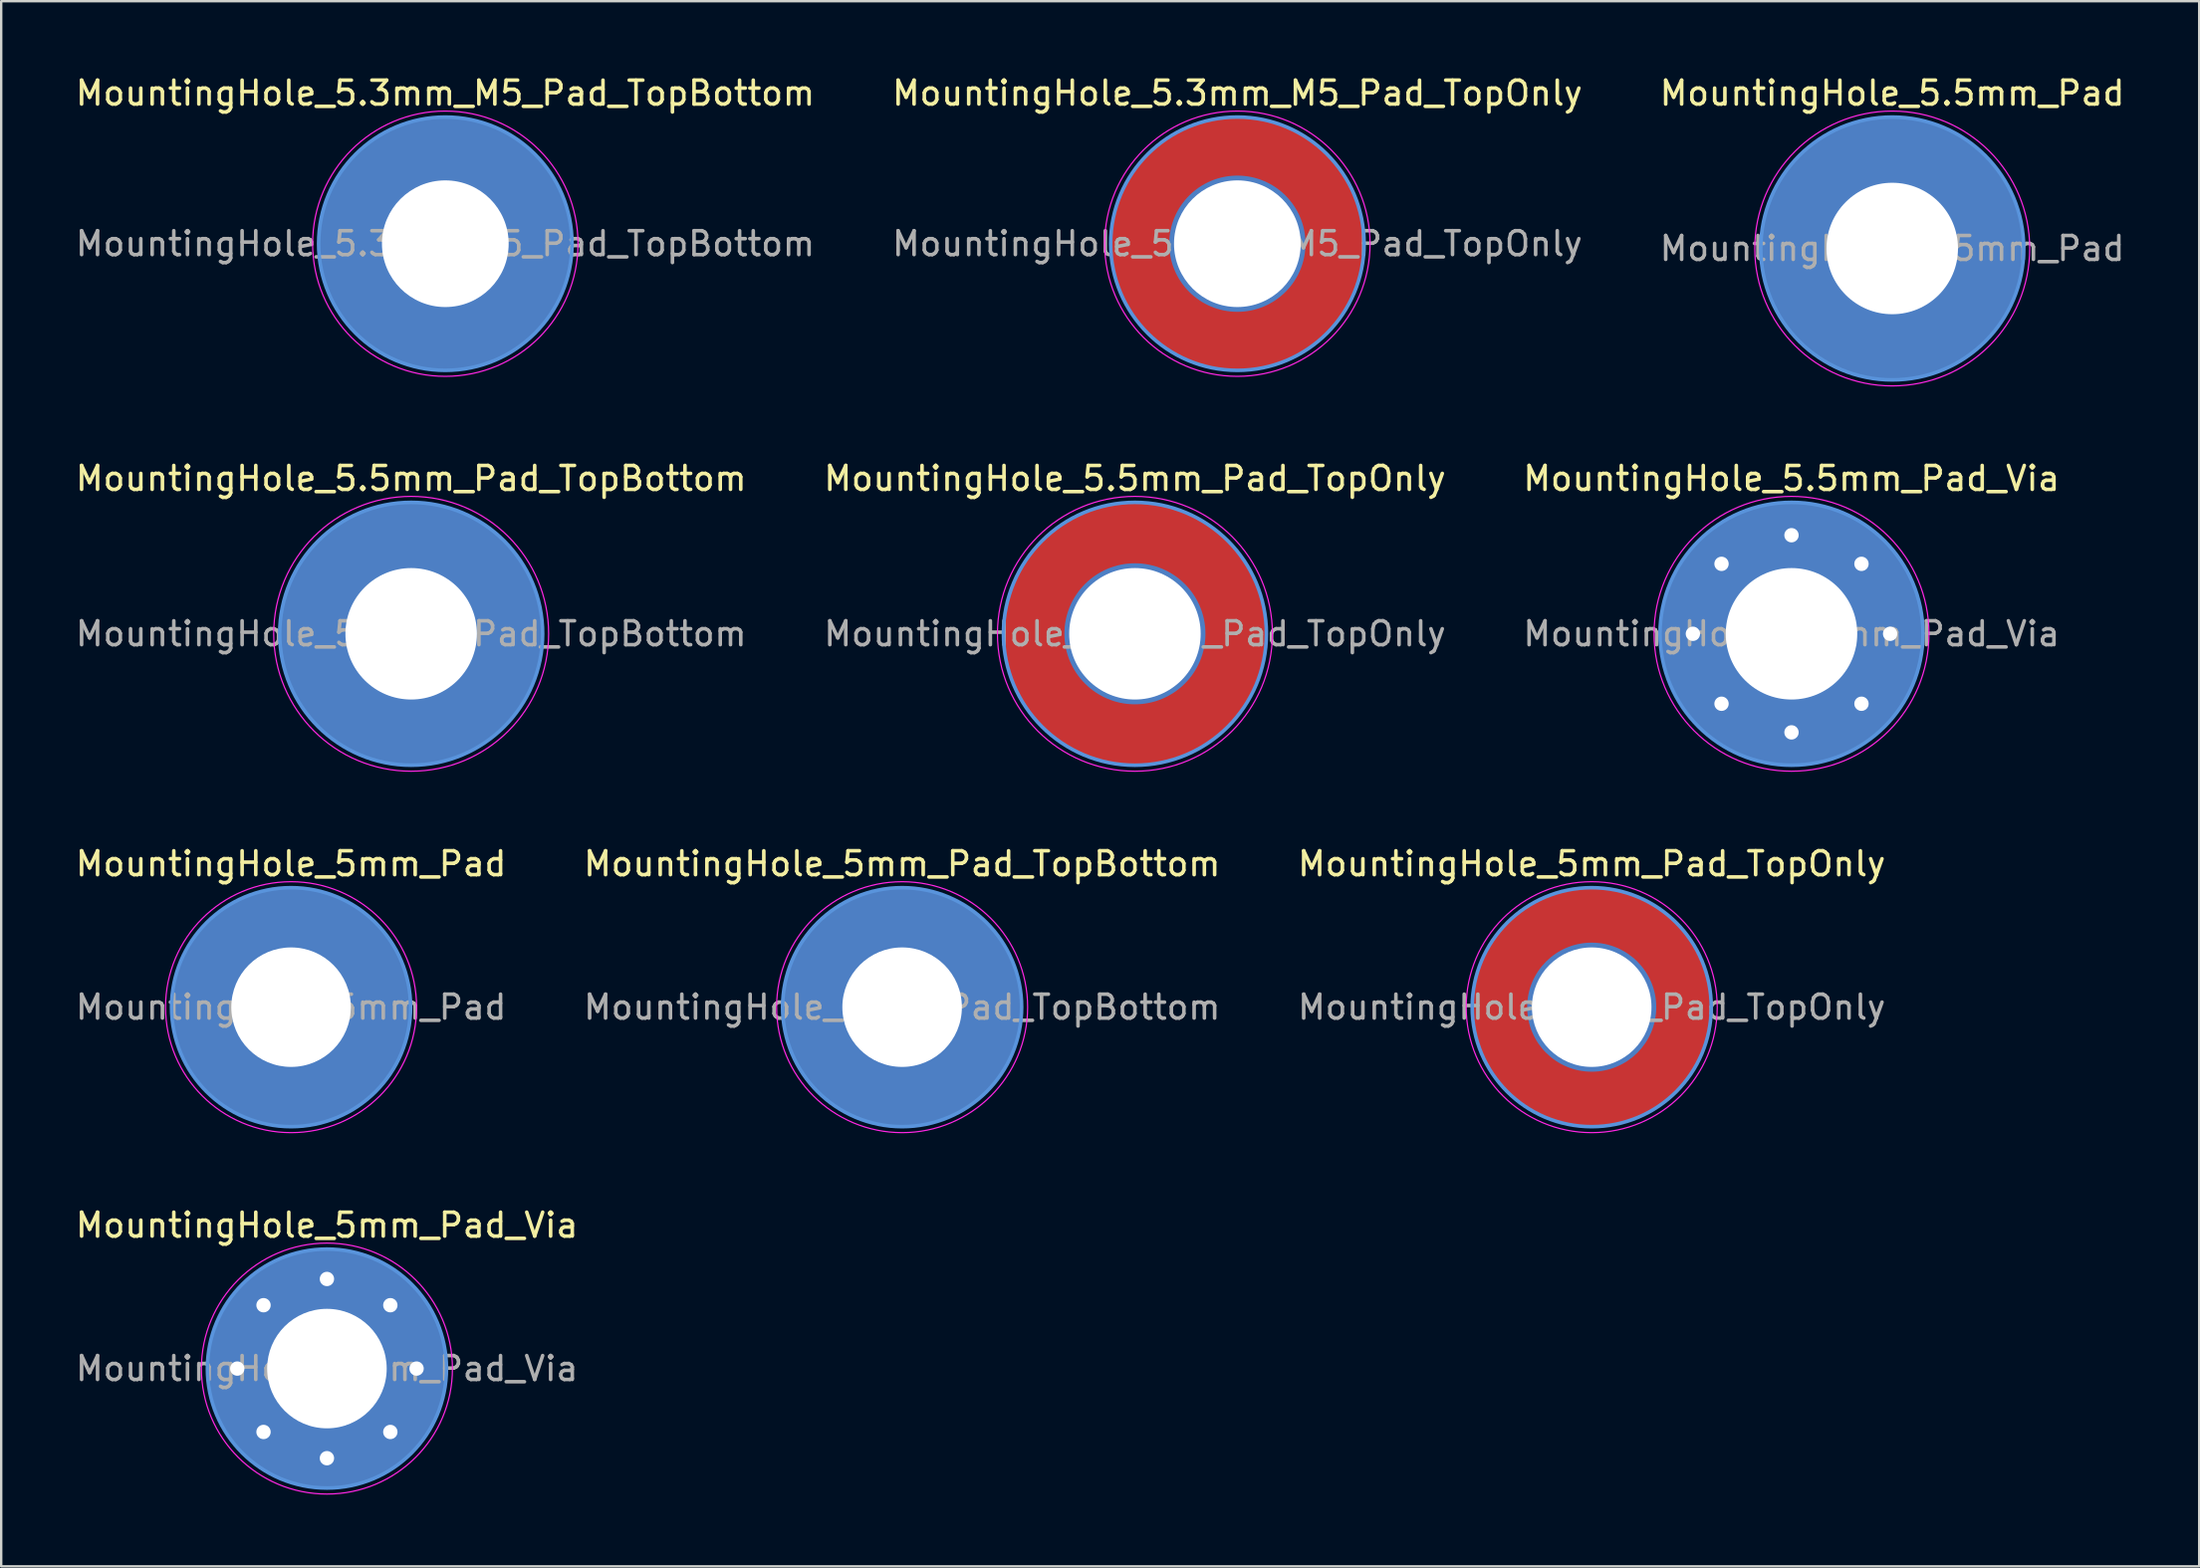
<source format=kicad_pcb>
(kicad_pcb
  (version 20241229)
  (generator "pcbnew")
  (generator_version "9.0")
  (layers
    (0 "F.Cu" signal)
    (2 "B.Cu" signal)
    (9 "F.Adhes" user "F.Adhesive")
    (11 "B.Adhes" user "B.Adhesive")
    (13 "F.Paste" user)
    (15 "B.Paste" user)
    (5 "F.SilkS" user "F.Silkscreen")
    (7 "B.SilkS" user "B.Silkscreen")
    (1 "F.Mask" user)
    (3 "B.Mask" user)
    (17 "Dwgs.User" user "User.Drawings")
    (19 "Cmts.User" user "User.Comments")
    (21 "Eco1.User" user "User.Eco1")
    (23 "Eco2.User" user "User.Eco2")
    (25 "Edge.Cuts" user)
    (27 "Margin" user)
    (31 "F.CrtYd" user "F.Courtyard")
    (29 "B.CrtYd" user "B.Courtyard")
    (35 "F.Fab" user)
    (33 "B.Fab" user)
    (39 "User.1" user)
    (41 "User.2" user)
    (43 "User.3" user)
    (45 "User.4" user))
  (footprint "MountingHole_5.3mm_M5_Pad_TopBottom"
    (layer "F.Cu")
    (at 15.577 7.148)
    (property "Reference" "MountingHole_5.3mm_M5_Pad_TopBottom" (at 0 -6.3 0) (layer "F.SilkS") (effects (font (size 1 1) (thickness 0.15))))
    (attr exclude_from_pos_files exclude_from_bom)
    (fp_circle (center 0 0) (end 5.3 0) (stroke (width 0.15) (type solid)) (fill no) (layer "Cmts.User"))
    (fp_circle (center 0 0) (end 5.55 0) (stroke (width 0.05) (type solid)) (fill no) (layer "F.CrtYd"))
    (fp_text user "${REFERENCE}" (at 0 0 0) (layer "F.Fab") (effects (font (size 1 1) (thickness 0.15))))
    (pad "1" thru_hole circle (at 0 0) (size 5.7 5.7) (drill 5.3) (layers "*.Cu" "*.Mask"))
    (pad "1" connect circle (at 0 0) (size 10.6 10.6) (layers "F.Cu" "F.Mask"))
    (pad "1" connect circle (at 0 0) (size 10.6 10.6) (layers "B.Cu" "B.Mask")))
  (footprint "MountingHole_5mm_Pad_TopOnly"
    (layer "F.Cu")
    (at 63.53 39.095)
    (property "Reference" "MountingHole_5mm_Pad_TopOnly" (at 0 -6 0) (layer "F.SilkS") (effects (font (size 1 1) (thickness 0.15))))
    (attr exclude_from_pos_files exclude_from_bom)
    (fp_circle (center 0 0) (end 5 0) (stroke (width 0.15) (type solid)) (fill no) (layer "Cmts.User"))
    (fp_circle (center 0 0) (end 5.25 0) (stroke (width 0.05) (type solid)) (fill no) (layer "F.CrtYd"))
    (fp_text user "${REFERENCE}" (at 0 0 0) (layer "F.Fab") (effects (font (size 1 1) (thickness 0.15))))
    (pad "1" thru_hole circle (at 0 0) (size 5.4 5.4) (drill 5) (layers "*.Cu" "*.Mask"))
    (pad "1" connect circle (at 0 0) (size 10 10) (layers "F.Cu" "F.Mask")))
  (footprint "MountingHole_5.3mm_M5_Pad_TopOnly"
    (layer "F.Cu")
    (at 48.708 7.148)
    (property "Reference" "MountingHole_5.3mm_M5_Pad_TopOnly" (at 0 -6.3 0) (layer "F.SilkS") (effects (font (size 1 1) (thickness 0.15))))
    (attr exclude_from_pos_files exclude_from_bom)
    (fp_circle (center 0 0) (end 5.3 0) (stroke (width 0.15) (type solid)) (fill no) (layer "Cmts.User"))
    (fp_circle (center 0 0) (end 5.55 0) (stroke (width 0.05) (type solid)) (fill no) (layer "F.CrtYd"))
    (fp_text user "${REFERENCE}" (at 0 0 0) (layer "F.Fab") (effects (font (size 1 1) (thickness 0.15))))
    (pad "1" thru_hole circle (at 0 0) (size 5.7 5.7) (drill 5.3) (layers "*.Cu" "*.Mask"))
    (pad "1" connect circle (at 0 0) (size 10.6 10.6) (layers "F.Cu" "F.Mask")))
  (footprint "MountingHole_5mm_Pad_TopBottom"
    (layer "F.Cu")
    (at 34.685 39.095)
    (property "Reference" "MountingHole_5mm_Pad_TopBottom" (at 0 -6 0) (layer "F.SilkS") (effects (font (size 1 1) (thickness 0.15))))
    (attr exclude_from_pos_files exclude_from_bom)
    (fp_circle (center 0 0) (end 5 0) (stroke (width 0.15) (type solid)) (fill no) (layer "Cmts.User"))
    (fp_circle (center 0 0) (end 5.25 0) (stroke (width 0.05) (type solid)) (fill no) (layer "F.CrtYd"))
    (fp_text user "${REFERENCE}" (at 0 0 0) (layer "F.Fab") (effects (font (size 1 1) (thickness 0.15))))
    (pad "1" thru_hole circle (at 0 0) (size 5.4 5.4) (drill 5) (layers "*.Cu" "*.Mask"))
    (pad "1" connect circle (at 0 0) (size 10 10) (layers "F.Cu" "F.Mask"))
    (pad "1" connect circle (at 0 0) (size 10 10) (layers "B.Cu" "B.Mask")))
  (footprint "MountingHole_5mm_Pad_Via"
    (layer "F.Cu")
    (at 10.625 54.218)
    (property "Reference" "MountingHole_5mm_Pad_Via" (at 0 -6 0) (layer "F.SilkS") (effects (font (size 1 1) (thickness 0.15))))
    (attr exclude_from_pos_files exclude_from_bom)
    (fp_circle (center 0 0) (end 5 0) (stroke (width 0.15) (type solid)) (fill no) (layer "Cmts.User"))
    (fp_circle (center 0 0) (end 5.25 0) (stroke (width 0.05) (type solid)) (fill no) (layer "F.CrtYd"))
    (fp_text user "${REFERENCE}" (at 0 0 0) (layer "F.Fab") (effects (font (size 1 1) (thickness 0.15))))
    (pad "1" thru_hole circle (at -3.75 0) (size 0.9 0.9) (drill 0.6) (layers "*.Cu" "*.Mask"))
    (pad "1" thru_hole circle (at -2.652 -2.652) (size 0.9 0.9) (drill 0.6) (layers "*.Cu" "*.Mask"))
    (pad "1" thru_hole circle (at -2.652 2.652) (size 0.9 0.9) (drill 0.6) (layers "*.Cu" "*.Mask"))
    (pad "1" thru_hole circle (at 0 -3.75) (size 0.9 0.9) (drill 0.6) (layers "*.Cu" "*.Mask"))
    (pad "1" thru_hole circle (at 0 0) (size 10 10) (drill 5) (layers "*.Cu" "*.Mask"))
    (pad "1" thru_hole circle (at 0 3.75) (size 0.9 0.9) (drill 0.6) (layers "*.Cu" "*.Mask"))
    (pad "1" thru_hole circle (at 2.652 -2.652) (size 0.9 0.9) (drill 0.6) (layers "*.Cu" "*.Mask"))
    (pad "1" thru_hole circle (at 2.652 2.652) (size 0.9 0.9) (drill 0.6) (layers "*.Cu" "*.Mask"))
    (pad "1" thru_hole circle (at 3.75 0) (size 0.9 0.9) (drill 0.6) (layers "*.Cu" "*.Mask")))
  (footprint "MountingHole_5.5mm_Pad_TopBottom"
    (layer "F.Cu")
    (at 14.149 23.471)
    (property "Reference" "MountingHole_5.5mm_Pad_TopBottom" (at 0 -6.5 0) (layer "F.SilkS") (effects (font (size 1 1) (thickness 0.15))))
    (attr exclude_from_pos_files exclude_from_bom)
    (fp_circle (center 0 0) (end 5.5 0) (stroke (width 0.15) (type solid)) (fill no) (layer "Cmts.User"))
    (fp_circle (center 0 0) (end 5.75 0) (stroke (width 0.05) (type solid)) (fill no) (layer "F.CrtYd"))
    (fp_text user "${REFERENCE}" (at 0 0 0) (layer "F.Fab") (effects (font (size 1 1) (thickness 0.15))))
    (pad "1" thru_hole circle (at 0 0) (size 5.9 5.9) (drill 5.5) (layers "*.Cu" "*.Mask"))
    (pad "1" connect circle (at 0 0) (size 11 11) (layers "F.Cu" "F.Mask"))
    (pad "1" connect circle (at 0 0) (size 11 11) (layers "B.Cu" "B.Mask")))
  (footprint "MountingHole_5.5mm_Pad_TopOnly"
    (layer "F.Cu")
    (at 44.423 23.471)
    (property "Reference" "MountingHole_5.5mm_Pad_TopOnly" (at 0 -6.5 0) (layer "F.SilkS") (effects (font (size 1 1) (thickness 0.15))))
    (attr exclude_from_pos_files exclude_from_bom)
    (fp_circle (center 0 0) (end 5.5 0) (stroke (width 0.15) (type solid)) (fill no) (layer "Cmts.User"))
    (fp_circle (center 0 0) (end 5.75 0) (stroke (width 0.05) (type solid)) (fill no) (layer "F.CrtYd"))
    (fp_text user "${REFERENCE}" (at 0 0 0) (layer "F.Fab") (effects (font (size 1 1) (thickness 0.15))))
    (pad "1" thru_hole circle (at 0 0) (size 5.9 5.9) (drill 5.5) (layers "*.Cu" "*.Mask"))
    (pad "1" connect circle (at 0 0) (size 11 11) (layers "F.Cu" "F.Mask")))
  (footprint "MountingHole_5.5mm_Pad_Via"
    (layer "F.Cu")
    (at 71.887 23.471)
    (property "Reference" "MountingHole_5.5mm_Pad_Via" (at 0 -6.5 0) (layer "F.SilkS") (effects (font (size 1 1) (thickness 0.15))))
    (attr exclude_from_pos_files exclude_from_bom)
    (fp_circle (center 0 0) (end 5.5 0) (stroke (width 0.15) (type solid)) (fill no) (layer "Cmts.User"))
    (fp_circle (center 0 0) (end 5.75 0) (stroke (width 0.05) (type solid)) (fill no) (layer "F.CrtYd"))
    (fp_text user "${REFERENCE}" (at 0 0 0) (layer "F.Fab") (effects (font (size 1 1) (thickness 0.15))))
    (pad "1" thru_hole circle (at -4.125 0) (size 0.9 0.9) (drill 0.6) (layers "*.Cu" "*.Mask"))
    (pad "1" thru_hole circle (at -2.927 -2.927) (size 0.9 0.9) (drill 0.6) (layers "*.Cu" "*.Mask"))
    (pad "1" thru_hole circle (at -2.927 2.927) (size 0.9 0.9) (drill 0.6) (layers "*.Cu" "*.Mask"))
    (pad "1" thru_hole circle (at 0 -4.125) (size 0.9 0.9) (drill 0.6) (layers "*.Cu" "*.Mask"))
    (pad "1" thru_hole circle (at 0 0) (size 11 11) (drill 5.5) (layers "*.Cu" "*.Mask"))
    (pad "1" thru_hole circle (at 0 4.125) (size 0.9 0.9) (drill 0.6) (layers "*.Cu" "*.Mask"))
    (pad "1" thru_hole circle (at 2.927 -2.927) (size 0.9 0.9) (drill 0.6) (layers "*.Cu" "*.Mask"))
    (pad "1" thru_hole circle (at 2.927 2.927) (size 0.9 0.9) (drill 0.6) (layers "*.Cu" "*.Mask"))
    (pad "1" thru_hole circle (at 4.125 0) (size 0.9 0.9) (drill 0.6) (layers "*.Cu" "*.Mask")))
  (footprint "MountingHole_5mm_Pad"
    (layer "F.Cu")
    (at 9.125 39.095)
    (property "Reference" "MountingHole_5mm_Pad" (at 0 -6 0) (layer "F.SilkS") (effects (font (size 1 1) (thickness 0.15))))
    (attr exclude_from_pos_files exclude_from_bom)
    (fp_circle (center 0 0) (end 5 0) (stroke (width 0.15) (type solid)) (fill no) (layer "Cmts.User"))
    (fp_circle (center 0 0) (end 5.25 0) (stroke (width 0.05) (type solid)) (fill no) (layer "F.CrtYd"))
    (fp_text user "${REFERENCE}" (at 0 0 0) (layer "F.Fab") (effects (font (size 1 1) (thickness 0.15))))
    (pad "1" thru_hole circle (at 0 0) (size 10 10) (drill 5) (layers "*.Cu" "*.Mask")))
  (footprint "MountingHole_5.5mm_Pad"
    (layer "F.Cu")
    (at 76.101 7.348)
    (property "Reference" "MountingHole_5.5mm_Pad" (at 0 -6.5 0) (layer "F.SilkS") (effects (font (size 1 1) (thickness 0.15))))
    (attr exclude_from_pos_files exclude_from_bom)
    (fp_circle (center 0 0) (end 5.5 0) (stroke (width 0.15) (type solid)) (fill no) (layer "Cmts.User"))
    (fp_circle (center 0 0) (end 5.75 0) (stroke (width 0.05) (type solid)) (fill no) (layer "F.CrtYd"))
    (fp_text user "${REFERENCE}" (at 0 0 0) (layer "F.Fab") (effects (font (size 1 1) (thickness 0.15))))
    (pad "1" thru_hole circle (at 0 0) (size 11 11) (drill 5.5) (layers "*.Cu" "*.Mask")))
  (gr_rect
    (start -3 -3)
    (end 88.94 62.493)
    (stroke (width 0.1) (type default))
    (fill no)
    (layer "Edge.Cuts")))
</source>
